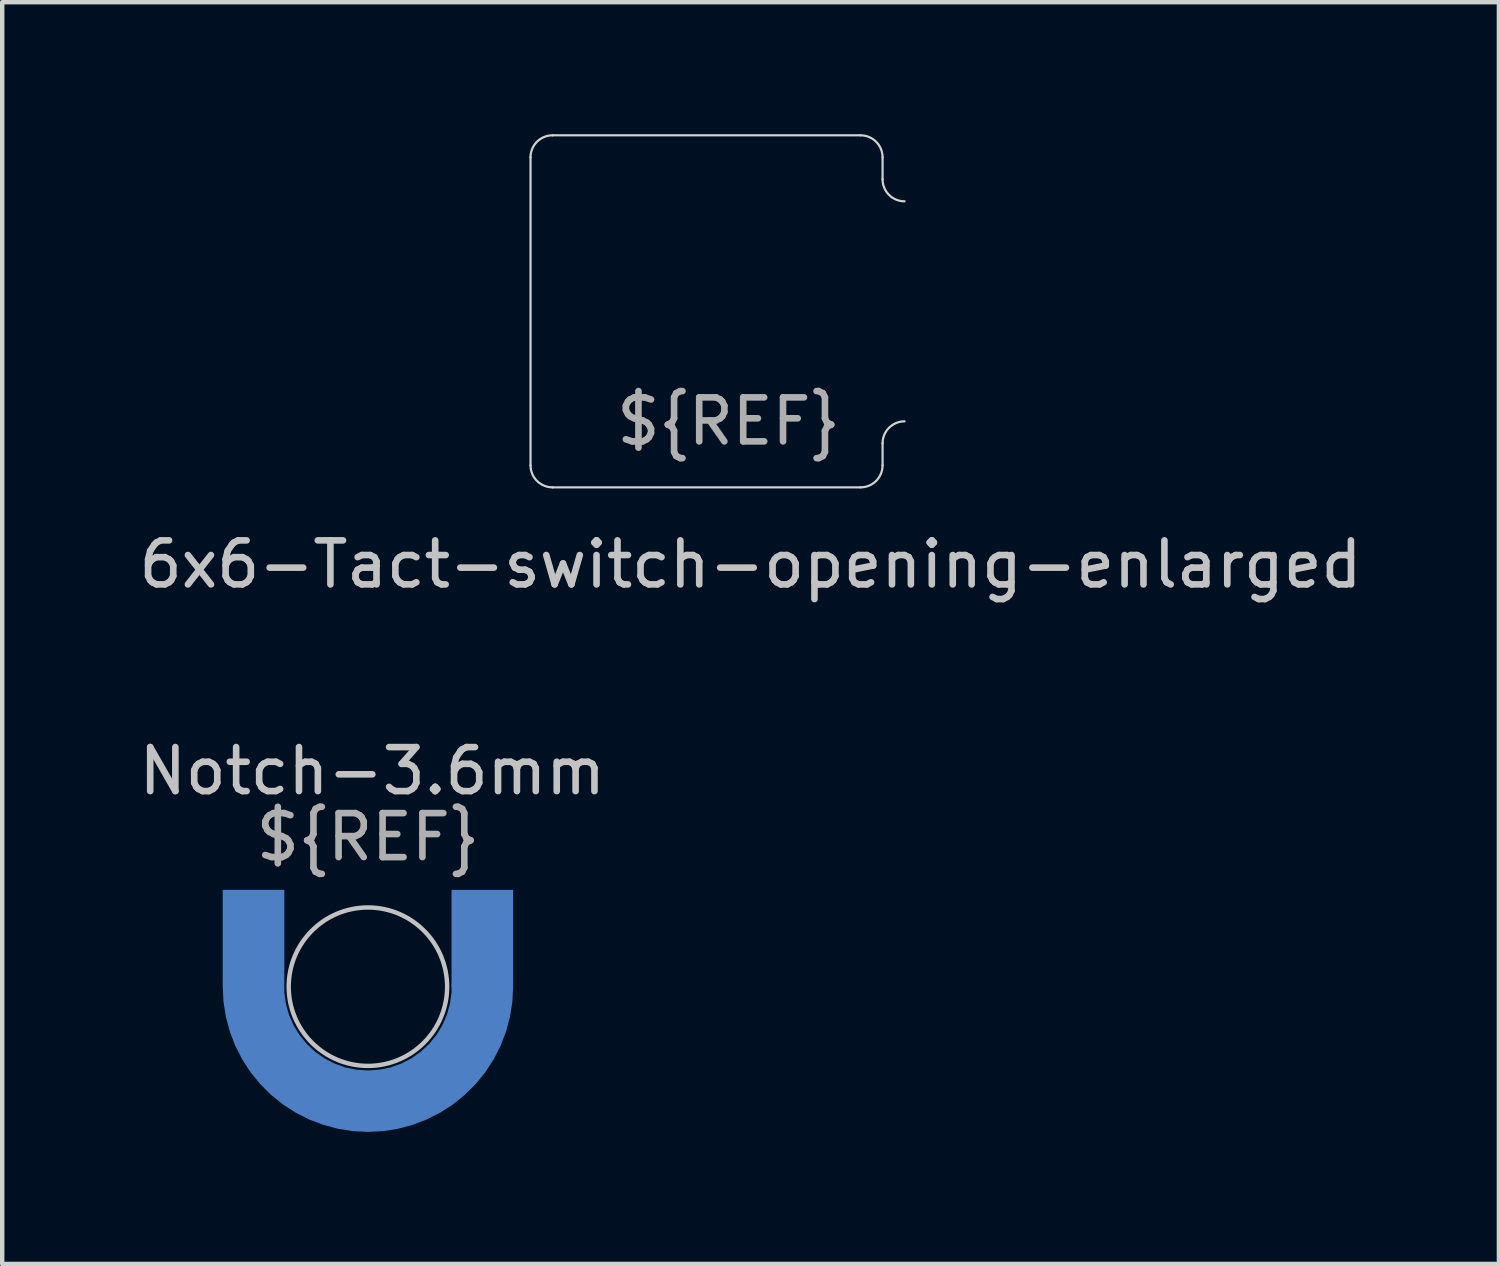
<source format=kicad_pcb>
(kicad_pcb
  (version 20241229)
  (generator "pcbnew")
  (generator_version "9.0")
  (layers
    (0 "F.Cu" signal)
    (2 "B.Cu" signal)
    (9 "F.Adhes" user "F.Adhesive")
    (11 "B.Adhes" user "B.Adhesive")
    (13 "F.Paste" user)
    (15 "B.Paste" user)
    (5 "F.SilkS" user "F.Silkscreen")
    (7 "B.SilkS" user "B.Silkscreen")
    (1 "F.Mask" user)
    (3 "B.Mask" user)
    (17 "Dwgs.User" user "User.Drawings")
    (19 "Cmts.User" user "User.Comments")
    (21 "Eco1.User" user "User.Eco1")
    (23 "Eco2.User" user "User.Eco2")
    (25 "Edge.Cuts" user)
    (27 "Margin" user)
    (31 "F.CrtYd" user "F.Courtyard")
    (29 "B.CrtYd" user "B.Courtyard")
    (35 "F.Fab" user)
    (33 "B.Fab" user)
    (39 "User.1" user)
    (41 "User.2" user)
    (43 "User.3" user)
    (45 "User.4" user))
  (footprint "6x6-Tact-switch-opening-enlarged"
    (layer "F.Cu")
    (at 13.506 4.025)
    (property "Reference" "6x6-Tact-switch-opening-enlarged" (at 0.5 5.75 0) (unlocked yes) (layer "Dwgs.User") (effects (font (size 1 1) (thickness 0.15))))
    (fp_line (start -4.5 -3.5) (end -4.5 3.5) (stroke (width 0.05) (type solid)) (layer "Edge.Cuts"))
    (fp_line (start 3 -4) (end -4 -4) (stroke (width 0.05) (type solid)) (layer "Edge.Cuts"))
    (fp_line (start 3 4) (end -4 4) (stroke (width 0.05) (type solid)) (layer "Edge.Cuts"))
    (fp_line (start 3.5 -3.5) (end 3.5 -3) (stroke (width 0.05) (type solid)) (layer "Edge.Cuts"))
    (fp_line (start 3.5 3.5) (end 3.5 3) (stroke (width 0.05) (type solid)) (layer "Edge.Cuts"))
    (fp_arc (start -4.5 -3.5) (mid -4.353553 -3.853553) (end -4 -4) (stroke (width 0.05) (type solid)) (layer "Edge.Cuts"))
    (fp_arc (start -4 4) (mid -4.353553 3.853553) (end -4.5 3.5) (stroke (width 0.05) (type solid)) (layer "Edge.Cuts"))
    (fp_arc (start 3 -4) (mid 3.353552 -3.853554) (end 3.499998 -3.500002) (stroke (width 0.05) (type solid)) (layer "Edge.Cuts"))
    (fp_arc (start 3.5 3) (mid 3.646447 2.646447) (end 4 2.5) (stroke (width 0.05) (type solid)) (layer "Edge.Cuts"))
    (fp_arc (start 3.5 3.5) (mid 3.353554 3.853552) (end 3.000002 3.999998) (stroke (width 0.05) (type solid)) (layer "Edge.Cuts"))
    (fp_arc (start 4 -2.5) (mid 3.646447 -2.646447) (end 3.5 -3) (stroke (width 0.05) (type solid)) (layer "Edge.Cuts"))
    (fp_line (start 3.5 -3.5) (end 3.5 3.5) (stroke (width 0.05) (type solid)) (layer "User.2"))
    (fp_text user "${REF}" (at 0 2.5 0) (unlocked yes) (layer "F.Fab") (effects (font (size 1 1) (thickness 0.15)))))
  (footprint "Notch-3.6mm"
    (layer "F.Cu")
    (at 5.311 19.372)
    (property "Reference" "Notch-3.6mm" (at 0.1 -4.9 0) (unlocked yes) (layer "Dwgs.User") (effects (font (size 1 1) (thickness 0.15))))
    (fp_circle (center 0 0) (end 1.8 0) (stroke (width 0.1) (type solid)) (fill no) (layer "Dwgs.User"))
    (fp_text user "${REF}" (at 0 -3.4 0) (unlocked yes) (layer "F.Fab") (effects (font (size 1 1) (thickness 0.15))))
    (pad "1" smd custom (at -2.6 -1.1) (size 1.4 2.2) (layers "B.Cu" "B.Mask" "B.Paste") (options (anchor rect)) (primitives (gr_arc (start 5.2 1.1) (mid 2.6 3.7) (end 0 1.1) (width 1.4))))
    (pad "1" smd rect (at 2.6 -1.1) (size 1.4 2.2) (layers "B.Cu" "B.Mask")))
  (gr_rect
    (start -3 -3)
    (end 31.012 25.672)
    (stroke (width 0.1) (type default))
    (fill no)
    (layer "Edge.Cuts")))
</source>
